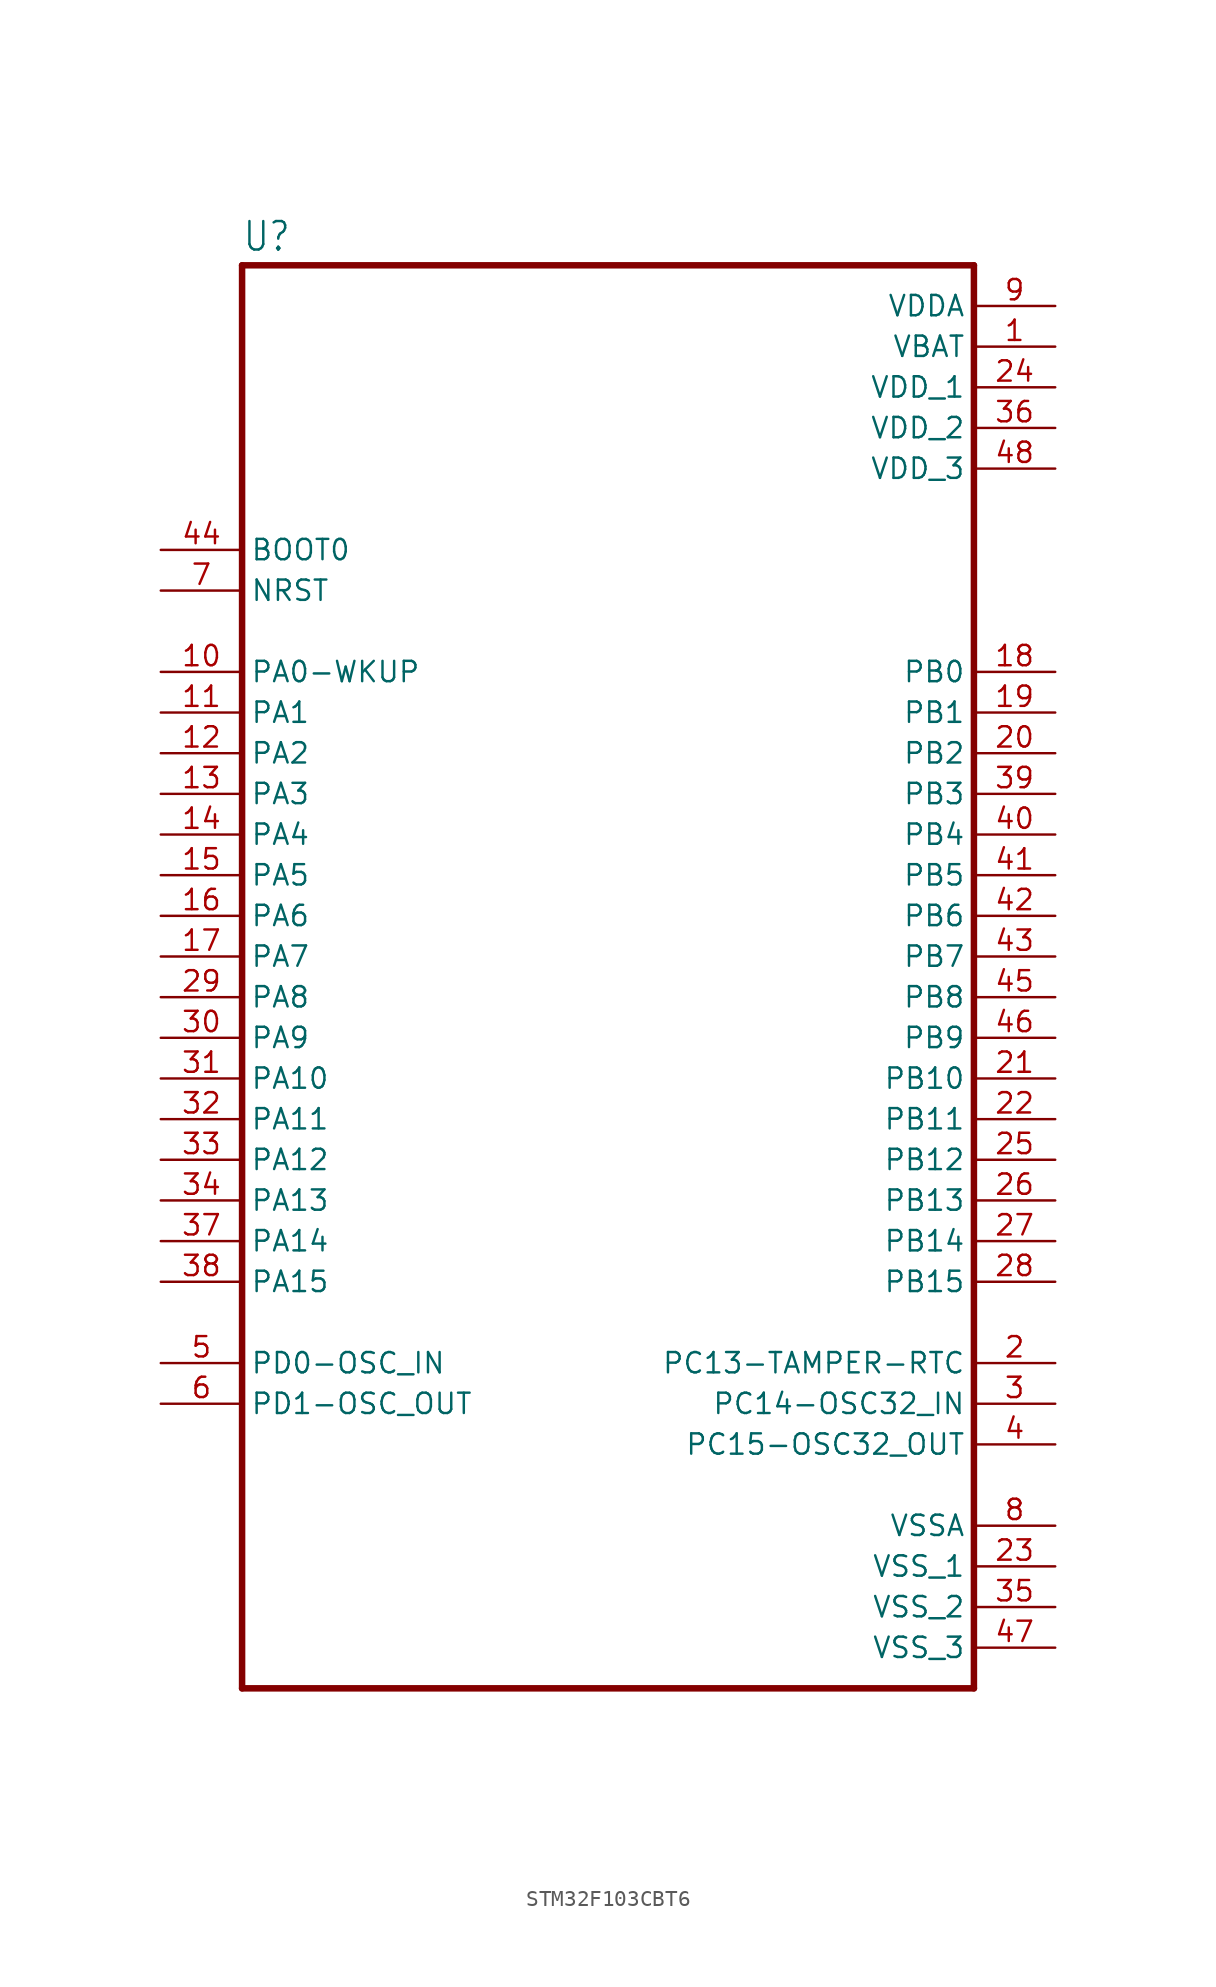
<source format=kicad_sym>
(kicad_symbol_lib
  (version 20220914)
  (generator kicad_symbol_editor)
  (symbol "STM32F103CBT6"
    (property "Reference" "U"
      (at -22.86 43.942 0)
      (effects (font (size 1.778 1.511)) (justify left bottom)))
    (property "Value" ""
      (at -22.866 -48.317 0)
      (effects (font (size 1.778 1.511)) (justify left bottom)))
    (property "ki_locked" ""
      (at 0 0 0)
      (effects (font (size 1.27 1.27))))
    (symbol "STM32F103CBT6_1_0"
      (polyline (pts (xy -22.86 -45.72) (xy 22.86 -45.72)) (stroke (width 0.406) (type solid)) (fill (type none)))
      (polyline (pts (xy -22.86 43.18) (xy -22.86 -45.72)) (stroke (width 0.406) (type solid)) (fill (type none)))
      (polyline (pts (xy 22.86 -45.72) (xy 22.86 43.18)) (stroke (width 0.406) (type solid)) (fill (type none)))
      (polyline (pts (xy 22.86 43.18) (xy -22.86 43.18)) (stroke (width 0.406) (type solid)) (fill (type none)))
      (pin power_in line (at 27.94 38.1 180) (length 5.08) (name "VBAT" (effects (font (size 1.27 1.27)))) (number "1" (effects (font (size 1.27 1.27)))))
      (pin bidirectional line (at -27.94 17.78 0) (length 5.08) (name "PA0-WKUP" (effects (font (size 1.27 1.27)))) (number "10" (effects (font (size 1.27 1.27)))))
      (pin bidirectional line (at -27.94 15.24 0) (length 5.08) (name "PA1" (effects (font (size 1.27 1.27)))) (number "11" (effects (font (size 1.27 1.27)))))
      (pin bidirectional line (at -27.94 12.7 0) (length 5.08) (name "PA2" (effects (font (size 1.27 1.27)))) (number "12" (effects (font (size 1.27 1.27)))))
      (pin bidirectional line (at -27.94 10.16 0) (length 5.08) (name "PA3" (effects (font (size 1.27 1.27)))) (number "13" (effects (font (size 1.27 1.27)))))
      (pin bidirectional line (at -27.94 7.62 0) (length 5.08) (name "PA4" (effects (font (size 1.27 1.27)))) (number "14" (effects (font (size 1.27 1.27)))))
      (pin bidirectional line (at -27.94 5.08 0) (length 5.08) (name "PA5" (effects (font (size 1.27 1.27)))) (number "15" (effects (font (size 1.27 1.27)))))
      (pin bidirectional line (at -27.94 2.54 0) (length 5.08) (name "PA6" (effects (font (size 1.27 1.27)))) (number "16" (effects (font (size 1.27 1.27)))))
      (pin bidirectional line (at -27.94 0 0) (length 5.08) (name "PA7" (effects (font (size 1.27 1.27)))) (number "17" (effects (font (size 1.27 1.27)))))
      (pin bidirectional line (at 27.94 17.78 180) (length 5.08) (name "PB0" (effects (font (size 1.27 1.27)))) (number "18" (effects (font (size 1.27 1.27)))))
      (pin bidirectional line (at 27.94 15.24 180) (length 5.08) (name "PB1" (effects (font (size 1.27 1.27)))) (number "19" (effects (font (size 1.27 1.27)))))
      (pin bidirectional line (at 27.94 -25.4 180) (length 5.08) (name "PC13-TAMPER-RTC" (effects (font (size 1.27 1.27)))) (number "2" (effects (font (size 1.27 1.27)))))
      (pin bidirectional line (at 27.94 12.7 180) (length 5.08) (name "PB2" (effects (font (size 1.27 1.27)))) (number "20" (effects (font (size 1.27 1.27)))))
      (pin bidirectional line (at 27.94 -7.62 180) (length 5.08) (name "PB10" (effects (font (size 1.27 1.27)))) (number "21" (effects (font (size 1.27 1.27)))))
      (pin bidirectional line (at 27.94 -10.16 180) (length 5.08) (name "PB11" (effects (font (size 1.27 1.27)))) (number "22" (effects (font (size 1.27 1.27)))))
      (pin power_in line (at 27.94 -38.1 180) (length 5.08) (name "VSS_1" (effects (font (size 1.27 1.27)))) (number "23" (effects (font (size 1.27 1.27)))))
      (pin power_in line (at 27.94 35.56 180) (length 5.08) (name "VDD_1" (effects (font (size 1.27 1.27)))) (number "24" (effects (font (size 1.27 1.27)))))
      (pin bidirectional line (at 27.94 -12.7 180) (length 5.08) (name "PB12" (effects (font (size 1.27 1.27)))) (number "25" (effects (font (size 1.27 1.27)))))
      (pin bidirectional line (at 27.94 -15.24 180) (length 5.08) (name "PB13" (effects (font (size 1.27 1.27)))) (number "26" (effects (font (size 1.27 1.27)))))
      (pin bidirectional line (at 27.94 -17.78 180) (length 5.08) (name "PB14" (effects (font (size 1.27 1.27)))) (number "27" (effects (font (size 1.27 1.27)))))
      (pin bidirectional line (at 27.94 -20.32 180) (length 5.08) (name "PB15" (effects (font (size 1.27 1.27)))) (number "28" (effects (font (size 1.27 1.27)))))
      (pin bidirectional line (at -27.94 -2.54 0) (length 5.08) (name "PA8" (effects (font (size 1.27 1.27)))) (number "29" (effects (font (size 1.27 1.27)))))
      (pin bidirectional line (at 27.94 -27.94 180) (length 5.08) (name "PC14-OSC32_IN" (effects (font (size 1.27 1.27)))) (number "3" (effects (font (size 1.27 1.27)))))
      (pin bidirectional line (at -27.94 -5.08 0) (length 5.08) (name "PA9" (effects (font (size 1.27 1.27)))) (number "30" (effects (font (size 1.27 1.27)))))
      (pin bidirectional line (at -27.94 -7.62 0) (length 5.08) (name "PA10" (effects (font (size 1.27 1.27)))) (number "31" (effects (font (size 1.27 1.27)))))
      (pin bidirectional line (at -27.94 -10.16 0) (length 5.08) (name "PA11" (effects (font (size 1.27 1.27)))) (number "32" (effects (font (size 1.27 1.27)))))
      (pin bidirectional line (at -27.94 -12.7 0) (length 5.08) (name "PA12" (effects (font (size 1.27 1.27)))) (number "33" (effects (font (size 1.27 1.27)))))
      (pin bidirectional line (at -27.94 -15.24 0) (length 5.08) (name "PA13" (effects (font (size 1.27 1.27)))) (number "34" (effects (font (size 1.27 1.27)))))
      (pin power_in line (at 27.94 -40.64 180) (length 5.08) (name "VSS_2" (effects (font (size 1.27 1.27)))) (number "35" (effects (font (size 1.27 1.27)))))
      (pin power_in line (at 27.94 33.02 180) (length 5.08) (name "VDD_2" (effects (font (size 1.27 1.27)))) (number "36" (effects (font (size 1.27 1.27)))))
      (pin bidirectional line (at -27.94 -17.78 0) (length 5.08) (name "PA14" (effects (font (size 1.27 1.27)))) (number "37" (effects (font (size 1.27 1.27)))))
      (pin bidirectional line (at -27.94 -20.32 0) (length 5.08) (name "PA15" (effects (font (size 1.27 1.27)))) (number "38" (effects (font (size 1.27 1.27)))))
      (pin bidirectional line (at 27.94 10.16 180) (length 5.08) (name "PB3" (effects (font (size 1.27 1.27)))) (number "39" (effects (font (size 1.27 1.27)))))
      (pin bidirectional line (at 27.94 -30.48 180) (length 5.08) (name "PC15-OSC32_OUT" (effects (font (size 1.27 1.27)))) (number "4" (effects (font (size 1.27 1.27)))))
      (pin bidirectional line (at 27.94 7.62 180) (length 5.08) (name "PB4" (effects (font (size 1.27 1.27)))) (number "40" (effects (font (size 1.27 1.27)))))
      (pin bidirectional line (at 27.94 5.08 180) (length 5.08) (name "PB5" (effects (font (size 1.27 1.27)))) (number "41" (effects (font (size 1.27 1.27)))))
      (pin bidirectional line (at 27.94 2.54 180) (length 5.08) (name "PB6" (effects (font (size 1.27 1.27)))) (number "42" (effects (font (size 1.27 1.27)))))
      (pin bidirectional line (at 27.94 0 180) (length 5.08) (name "PB7" (effects (font (size 1.27 1.27)))) (number "43" (effects (font (size 1.27 1.27)))))
      (pin input line (at -27.94 25.4 0) (length 5.08) (name "BOOT0" (effects (font (size 1.27 1.27)))) (number "44" (effects (font (size 1.27 1.27)))))
      (pin bidirectional line (at 27.94 -2.54 180) (length 5.08) (name "PB8" (effects (font (size 1.27 1.27)))) (number "45" (effects (font (size 1.27 1.27)))))
      (pin bidirectional line (at 27.94 -5.08 180) (length 5.08) (name "PB9" (effects (font (size 1.27 1.27)))) (number "46" (effects (font (size 1.27 1.27)))))
      (pin power_in line (at 27.94 -43.18 180) (length 5.08) (name "VSS_3" (effects (font (size 1.27 1.27)))) (number "47" (effects (font (size 1.27 1.27)))))
      (pin power_in line (at 27.94 30.48 180) (length 5.08) (name "VDD_3" (effects (font (size 1.27 1.27)))) (number "48" (effects (font (size 1.27 1.27)))))
      (pin bidirectional line (at -27.94 -25.4 0) (length 5.08) (name "PD0-OSC_IN" (effects (font (size 1.27 1.27)))) (number "5" (effects (font (size 1.27 1.27)))))
      (pin bidirectional line (at -27.94 -27.94 0) (length 5.08) (name "PD1-OSC_OUT" (effects (font (size 1.27 1.27)))) (number "6" (effects (font (size 1.27 1.27)))))
      (pin bidirectional line (at -27.94 22.86 0) (length 5.08) (name "NRST" (effects (font (size 1.27 1.27)))) (number "7" (effects (font (size 1.27 1.27)))))
      (pin power_in line (at 27.94 -35.56 180) (length 5.08) (name "VSSA" (effects (font (size 1.27 1.27)))) (number "8" (effects (font (size 1.27 1.27)))))
      (pin power_in line (at 27.94 40.64 180) (length 5.08) (name "VDDA" (effects (font (size 1.27 1.27)))) (number "9" (effects (font (size 1.27 1.27))))))))
</source>
